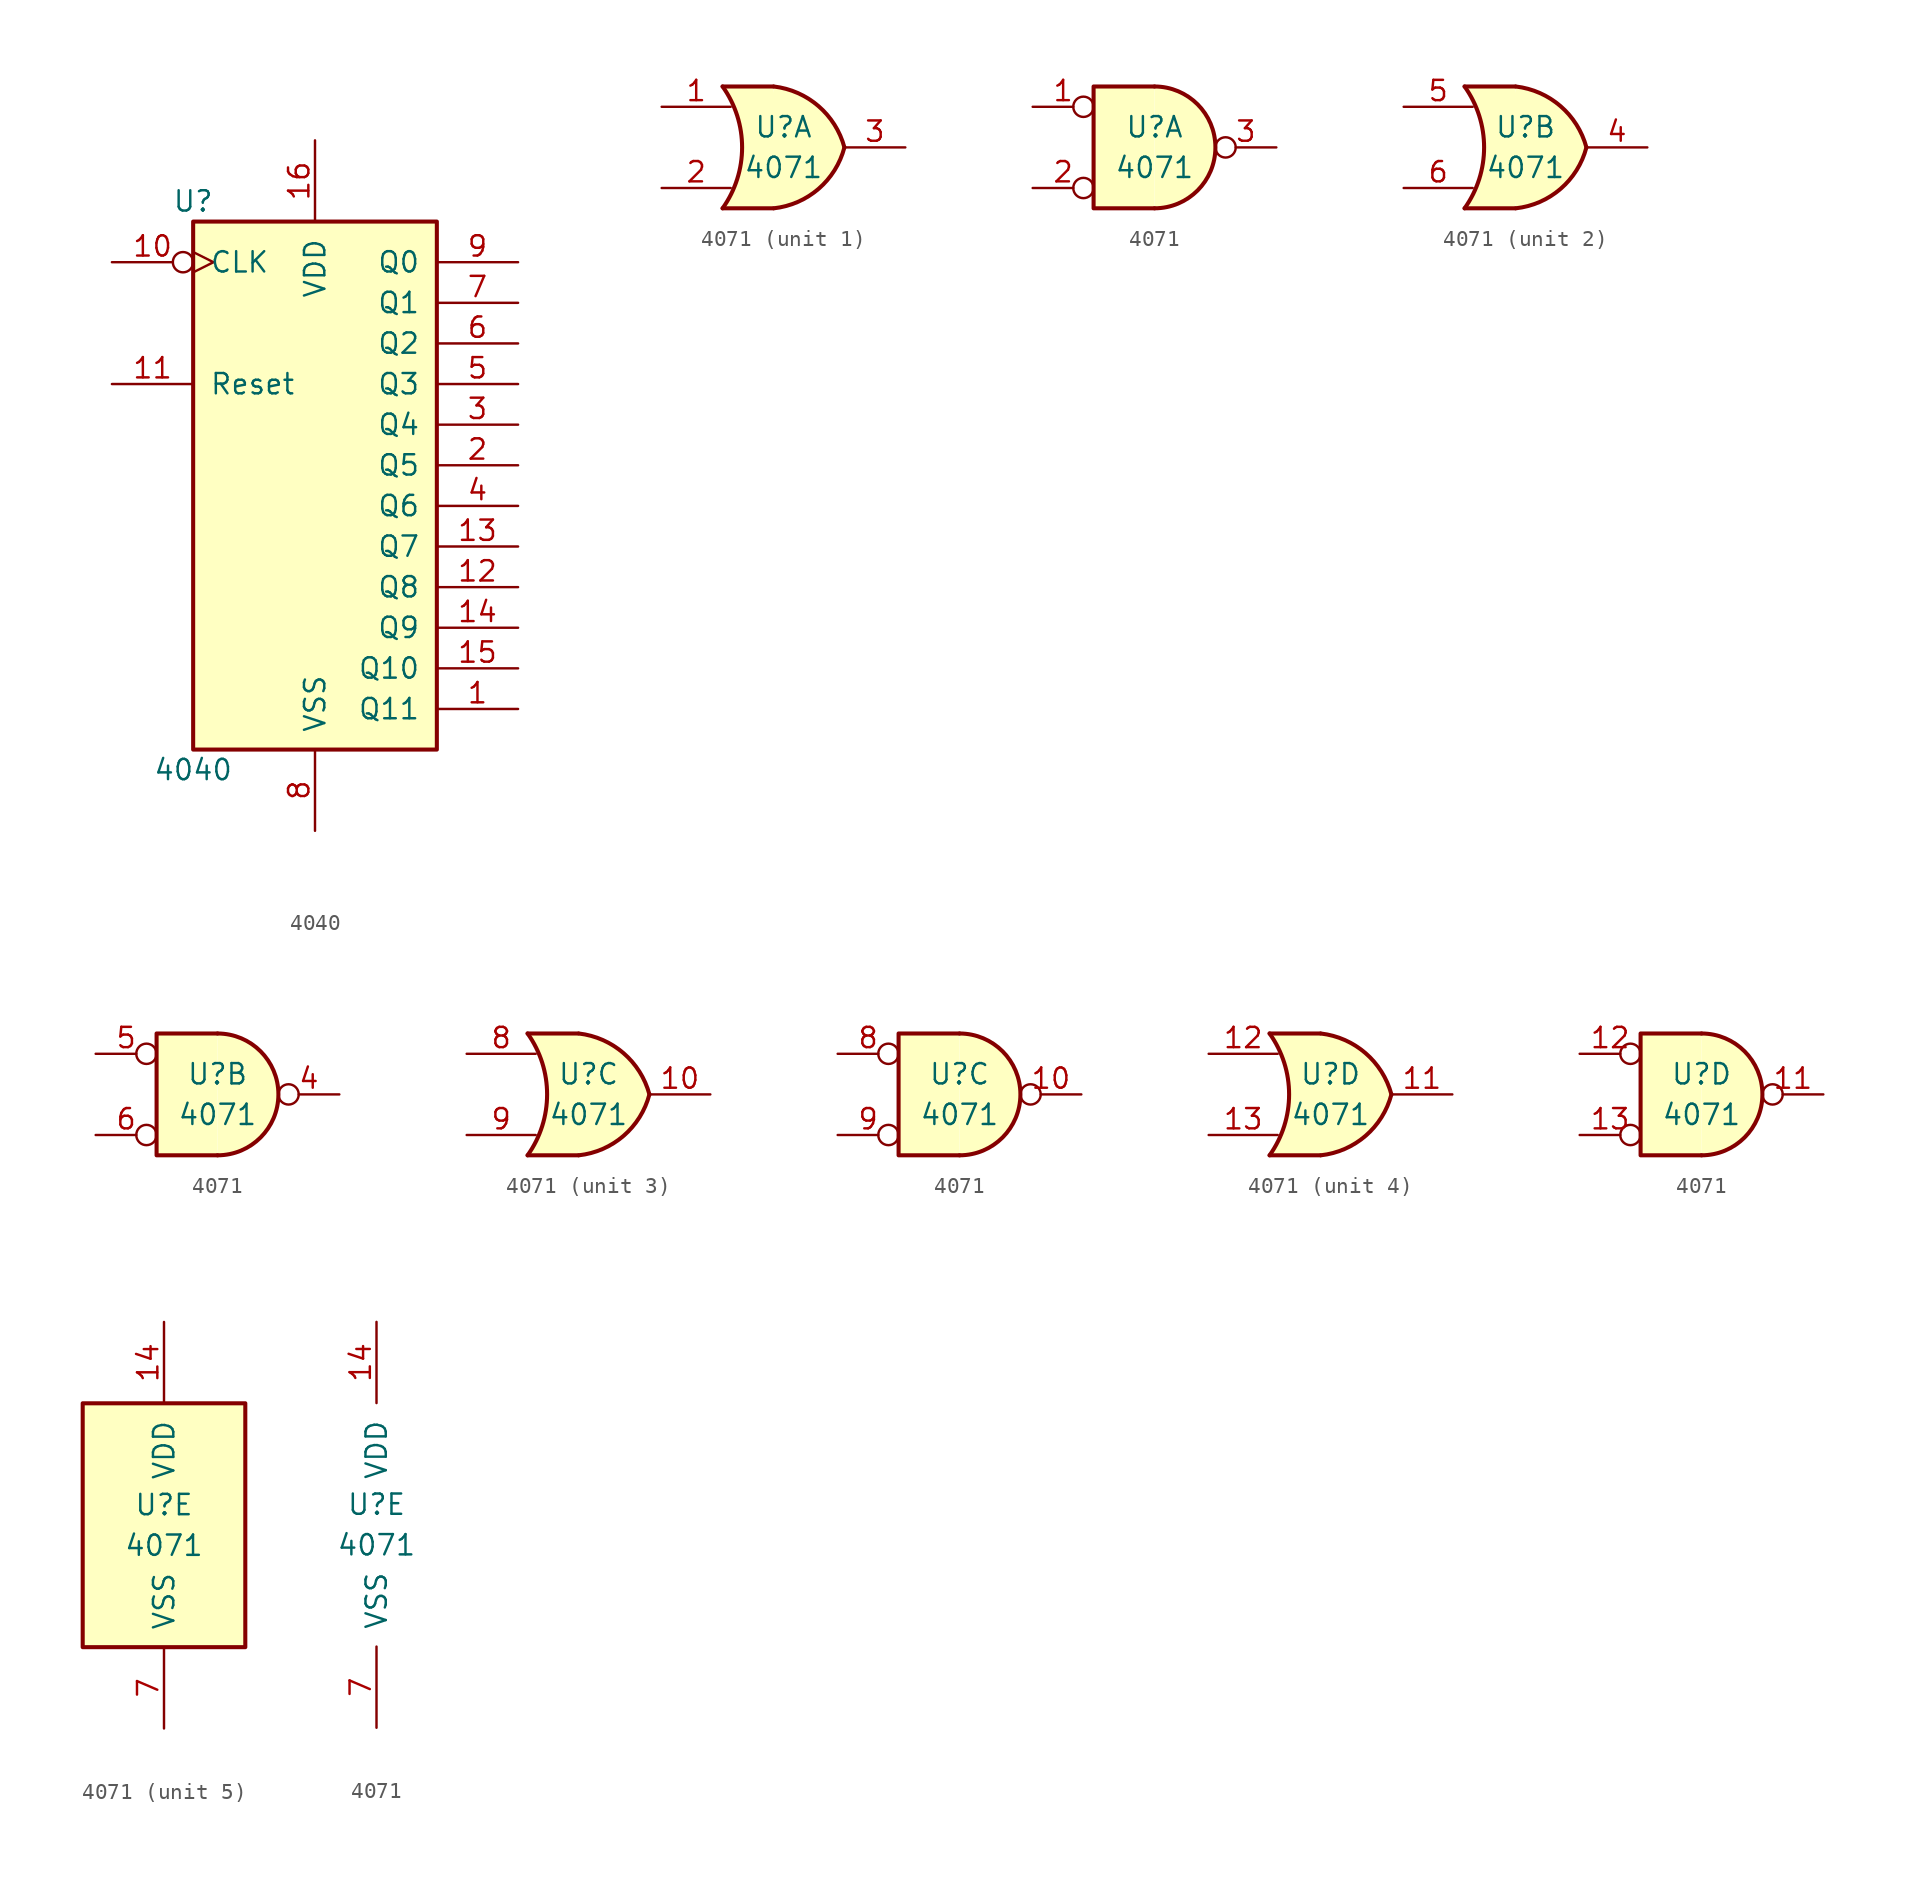
<source format=kicad_sym>
(kicad_symbol_lib
  (version 20201005)
  (generator kicad_symbol_editor)
  (symbol "4040"
    (pin_names
      (offset 1.016))
    (property "Reference" "U"
      (at -7.62 16.51 0)
      (effects (font (size 1.27 1.27))))
    (property "Value" "4040"
      (at -7.62 -19.05 0)
      (effects (font (size 1.27 1.27))))
    (property "ki_locked" ""
      (at 0 0 0)
      (effects (font (size 1.27 1.27))))
    (symbol "4040_1_0"
      (pin output line (at 12.7 -15.24 180) (length 5.08) (name "Q11" (effects (font (size 1.27 1.27)))) (number "1" (effects (font (size 1.27 1.27)))))
      (pin input inverted_clock (at -12.7 12.7 0) (length 5.08) (name "CLK" (effects (font (size 1.27 1.27)))) (number "10" (effects (font (size 1.27 1.27)))))
      (pin input line (at -12.7 5.08 0) (length 5.08) (name "Reset" (effects (font (size 1.27 1.27)))) (number "11" (effects (font (size 1.27 1.27)))))
      (pin output line (at 12.7 -7.62 180) (length 5.08) (name "Q8" (effects (font (size 1.27 1.27)))) (number "12" (effects (font (size 1.27 1.27)))))
      (pin output line (at 12.7 -5.08 180) (length 5.08) (name "Q7" (effects (font (size 1.27 1.27)))) (number "13" (effects (font (size 1.27 1.27)))))
      (pin output line (at 12.7 -10.16 180) (length 5.08) (name "Q9" (effects (font (size 1.27 1.27)))) (number "14" (effects (font (size 1.27 1.27)))))
      (pin output line (at 12.7 -12.7 180) (length 5.08) (name "Q10" (effects (font (size 1.27 1.27)))) (number "15" (effects (font (size 1.27 1.27)))))
      (pin power_in line (at 0 20.32 270) (length 5.08) (name "VDD" (effects (font (size 1.27 1.27)))) (number "16" (effects (font (size 1.27 1.27)))))
      (pin output line (at 12.7 0 180) (length 5.08) (name "Q5" (effects (font (size 1.27 1.27)))) (number "2" (effects (font (size 1.27 1.27)))))
      (pin output line (at 12.7 2.54 180) (length 5.08) (name "Q4" (effects (font (size 1.27 1.27)))) (number "3" (effects (font (size 1.27 1.27)))))
      (pin output line (at 12.7 -2.54 180) (length 5.08) (name "Q6" (effects (font (size 1.27 1.27)))) (number "4" (effects (font (size 1.27 1.27)))))
      (pin output line (at 12.7 5.08 180) (length 5.08) (name "Q3" (effects (font (size 1.27 1.27)))) (number "5" (effects (font (size 1.27 1.27)))))
      (pin output line (at 12.7 7.62 180) (length 5.08) (name "Q2" (effects (font (size 1.27 1.27)))) (number "6" (effects (font (size 1.27 1.27)))))
      (pin output line (at 12.7 10.16 180) (length 5.08) (name "Q1" (effects (font (size 1.27 1.27)))) (number "7" (effects (font (size 1.27 1.27)))))
      (pin power_in line (at 0 -22.86 90) (length 5.08) (name "VSS" (effects (font (size 1.27 1.27)))) (number "8" (effects (font (size 1.27 1.27)))))
      (pin output line (at 12.7 12.7 180) (length 5.08) (name "Q0" (effects (font (size 1.27 1.27)))) (number "9" (effects (font (size 1.27 1.27))))))
    (symbol "4040_1_1"
      (rectangle (start -7.62 15.24) (end 7.62 -17.78) (stroke (width 0.254)) (fill (type background)))))
  (symbol "4071"
    (pin_names
      (offset 1.016))
    (property "Reference" "U"
      (at 0 1.27 0)
      (effects (font (size 1.27 1.27))))
    (property "Value" "4071"
      (at 0 -1.27 0)
      (effects (font (size 1.27 1.27))))
    (property "ki_locked" ""
      (at 0 0 0)
      (effects (font (size 1.27 1.27))))
    (symbol "4071_1_1"
      (arc (start -3.81 3.81) (end -3.81 -3.81) (radius (at -9.144 0) (length 6.5532) (angles 35.4 -35.4)) (stroke (width 0.254)) (fill (type none)))
      (arc (start 3.81 0) (end -0.6096 3.81) (radius (at -1.1938 -1.3208) (length 5.1816) (angles 15 83.7)) (stroke (width 0.254)) (fill (type background)))
      (arc (start 3.81 0) (end -0.6096 -3.81) (radius (at -1.1938 1.3208) (length 5.1816) (angles -15 -83.7)) (stroke (width 0.254)) (fill (type background)))
      (polyline (pts (xy -3.81 -3.81) (xy -0.635 -3.81)) (stroke (width 0.254)) (fill (type background)))
      (polyline (pts (xy -3.81 3.81) (xy -0.635 3.81)) (stroke (width 0.254)) (fill (type background)))
      (polyline (pts (xy -0.635 3.81) (xy -3.81 3.81) (xy -3.81 3.81) (xy -3.556 3.404) (xy -3.023 2.261) (xy -2.692 1.041) (xy -2.616 -0.254) (xy -2.769 -1.499) (xy -3.175 -2.718) (xy -3.81 -3.81) (xy -3.81 -3.81) (xy -0.635 -3.81)) (stroke (width -25.4)) (fill (type background)))
      (pin input line (at -7.62 2.54 0) (length 4.318) (name "~" (effects (font (size 1.27 1.27)))) (number "1" (effects (font (size 1.27 1.27)))))
      (pin input line (at -7.62 -2.54 0) (length 4.318) (name "~" (effects (font (size 1.27 1.27)))) (number "2" (effects (font (size 1.27 1.27)))))
      (pin output line (at 7.62 0 180) (length 3.81) (name "~" (effects (font (size 1.27 1.27)))) (number "3" (effects (font (size 1.27 1.27))))))
    (symbol "4071_1_2"
      (arc (start 0 -3.81) (end 0 3.81) (radius (at 0 0) (length 3.81) (angles -89.9 89.9)) (stroke (width 0.254)) (fill (type background)))
      (polyline (pts (xy 0 3.81) (xy -3.81 3.81) (xy -3.81 -3.81) (xy 0 -3.81)) (stroke (width 0.254)) (fill (type background)))
      (pin input inverted (at -7.62 2.54 0) (length 3.81) (name "~" (effects (font (size 1.27 1.27)))) (number "1" (effects (font (size 1.27 1.27)))))
      (pin input inverted (at -7.62 -2.54 0) (length 3.81) (name "~" (effects (font (size 1.27 1.27)))) (number "2" (effects (font (size 1.27 1.27)))))
      (pin output inverted (at 7.62 0 180) (length 3.81) (name "~" (effects (font (size 1.27 1.27)))) (number "3" (effects (font (size 1.27 1.27))))))
    (symbol "4071_2_1"
      (arc (start -3.81 3.81) (end -3.81 -3.81) (radius (at -9.144 0) (length 6.5532) (angles 35.4 -35.4)) (stroke (width 0.254)) (fill (type none)))
      (arc (start 3.81 0) (end -0.6096 3.81) (radius (at -1.1938 -1.3208) (length 5.1816) (angles 15 83.7)) (stroke (width 0.254)) (fill (type background)))
      (arc (start 3.81 0) (end -0.6096 -3.81) (radius (at -1.1938 1.3208) (length 5.1816) (angles -15 -83.7)) (stroke (width 0.254)) (fill (type background)))
      (polyline (pts (xy -3.81 -3.81) (xy -0.635 -3.81)) (stroke (width 0.254)) (fill (type background)))
      (polyline (pts (xy -3.81 3.81) (xy -0.635 3.81)) (stroke (width 0.254)) (fill (type background)))
      (polyline (pts (xy -0.635 3.81) (xy -3.81 3.81) (xy -3.81 3.81) (xy -3.556 3.404) (xy -3.023 2.261) (xy -2.692 1.041) (xy -2.616 -0.254) (xy -2.769 -1.499) (xy -3.175 -2.718) (xy -3.81 -3.81) (xy -3.81 -3.81) (xy -0.635 -3.81)) (stroke (width -25.4)) (fill (type background)))
      (pin output line (at 7.62 0 180) (length 3.81) (name "~" (effects (font (size 1.27 1.27)))) (number "4" (effects (font (size 1.27 1.27)))))
      (pin input line (at -7.62 2.54 0) (length 4.318) (name "~" (effects (font (size 1.27 1.27)))) (number "5" (effects (font (size 1.27 1.27)))))
      (pin input line (at -7.62 -2.54 0) (length 4.318) (name "~" (effects (font (size 1.27 1.27)))) (number "6" (effects (font (size 1.27 1.27))))))
    (symbol "4071_2_2"
      (arc (start 0 -3.81) (end 0 3.81) (radius (at 0 0) (length 3.81) (angles -89.9 89.9)) (stroke (width 0.254)) (fill (type background)))
      (polyline (pts (xy 0 3.81) (xy -3.81 3.81) (xy -3.81 -3.81) (xy 0 -3.81)) (stroke (width 0.254)) (fill (type background)))
      (pin output inverted (at 7.62 0 180) (length 3.81) (name "~" (effects (font (size 1.27 1.27)))) (number "4" (effects (font (size 1.27 1.27)))))
      (pin input inverted (at -7.62 2.54 0) (length 3.81) (name "~" (effects (font (size 1.27 1.27)))) (number "5" (effects (font (size 1.27 1.27)))))
      (pin input inverted (at -7.62 -2.54 0) (length 3.81) (name "~" (effects (font (size 1.27 1.27)))) (number "6" (effects (font (size 1.27 1.27))))))
    (symbol "4071_3_1"
      (arc (start -3.81 3.81) (end -3.81 -3.81) (radius (at -9.144 0) (length 6.5532) (angles 35.4 -35.4)) (stroke (width 0.254)) (fill (type none)))
      (arc (start 3.81 0) (end -0.6096 3.81) (radius (at -1.1938 -1.3208) (length 5.1816) (angles 15 83.7)) (stroke (width 0.254)) (fill (type background)))
      (arc (start 3.81 0) (end -0.6096 -3.81) (radius (at -1.1938 1.3208) (length 5.1816) (angles -15 -83.7)) (stroke (width 0.254)) (fill (type background)))
      (polyline (pts (xy -3.81 -3.81) (xy -0.635 -3.81)) (stroke (width 0.254)) (fill (type background)))
      (polyline (pts (xy -3.81 3.81) (xy -0.635 3.81)) (stroke (width 0.254)) (fill (type background)))
      (polyline (pts (xy -0.635 3.81) (xy -3.81 3.81) (xy -3.81 3.81) (xy -3.556 3.404) (xy -3.023 2.261) (xy -2.692 1.041) (xy -2.616 -0.254) (xy -2.769 -1.499) (xy -3.175 -2.718) (xy -3.81 -3.81) (xy -3.81 -3.81) (xy -0.635 -3.81)) (stroke (width -25.4)) (fill (type background)))
      (pin output line (at 7.62 0 180) (length 3.81) (name "~" (effects (font (size 1.27 1.27)))) (number "10" (effects (font (size 1.27 1.27)))))
      (pin input line (at -7.62 2.54 0) (length 4.318) (name "~" (effects (font (size 1.27 1.27)))) (number "8" (effects (font (size 1.27 1.27)))))
      (pin input line (at -7.62 -2.54 0) (length 4.318) (name "~" (effects (font (size 1.27 1.27)))) (number "9" (effects (font (size 1.27 1.27))))))
    (symbol "4071_3_2"
      (arc (start 0 -3.81) (end 0 3.81) (radius (at 0 0) (length 3.81) (angles -89.9 89.9)) (stroke (width 0.254)) (fill (type background)))
      (polyline (pts (xy 0 3.81) (xy -3.81 3.81) (xy -3.81 -3.81) (xy 0 -3.81)) (stroke (width 0.254)) (fill (type background)))
      (pin output inverted (at 7.62 0 180) (length 3.81) (name "~" (effects (font (size 1.27 1.27)))) (number "10" (effects (font (size 1.27 1.27)))))
      (pin input inverted (at -7.62 2.54 0) (length 3.81) (name "~" (effects (font (size 1.27 1.27)))) (number "8" (effects (font (size 1.27 1.27)))))
      (pin input inverted (at -7.62 -2.54 0) (length 3.81) (name "~" (effects (font (size 1.27 1.27)))) (number "9" (effects (font (size 1.27 1.27))))))
    (symbol "4071_4_1"
      (arc (start -3.81 3.81) (end -3.81 -3.81) (radius (at -9.144 0) (length 6.5532) (angles 35.4 -35.4)) (stroke (width 0.254)) (fill (type none)))
      (arc (start 3.81 0) (end -0.6096 3.81) (radius (at -1.1938 -1.3208) (length 5.1816) (angles 15 83.7)) (stroke (width 0.254)) (fill (type background)))
      (arc (start 3.81 0) (end -0.6096 -3.81) (radius (at -1.1938 1.3208) (length 5.1816) (angles -15 -83.7)) (stroke (width 0.254)) (fill (type background)))
      (polyline (pts (xy -3.81 -3.81) (xy -0.635 -3.81)) (stroke (width 0.254)) (fill (type background)))
      (polyline (pts (xy -3.81 3.81) (xy -0.635 3.81)) (stroke (width 0.254)) (fill (type background)))
      (polyline (pts (xy -0.635 3.81) (xy -3.81 3.81) (xy -3.81 3.81) (xy -3.556 3.404) (xy -3.023 2.261) (xy -2.692 1.041) (xy -2.616 -0.254) (xy -2.769 -1.499) (xy -3.175 -2.718) (xy -3.81 -3.81) (xy -3.81 -3.81) (xy -0.635 -3.81)) (stroke (width -25.4)) (fill (type background)))
      (pin output line (at 7.62 0 180) (length 3.81) (name "~" (effects (font (size 1.27 1.27)))) (number "11" (effects (font (size 1.27 1.27)))))
      (pin input line (at -7.62 2.54 0) (length 4.318) (name "~" (effects (font (size 1.27 1.27)))) (number "12" (effects (font (size 1.27 1.27)))))
      (pin input line (at -7.62 -2.54 0) (length 4.318) (name "~" (effects (font (size 1.27 1.27)))) (number "13" (effects (font (size 1.27 1.27))))))
    (symbol "4071_4_2"
      (arc (start 0 -3.81) (end 0 3.81) (radius (at 0 0) (length 3.81) (angles -89.9 89.9)) (stroke (width 0.254)) (fill (type background)))
      (polyline (pts (xy 0 3.81) (xy -3.81 3.81) (xy -3.81 -3.81) (xy 0 -3.81)) (stroke (width 0.254)) (fill (type background)))
      (pin output inverted (at 7.62 0 180) (length 3.81) (name "~" (effects (font (size 1.27 1.27)))) (number "11" (effects (font (size 1.27 1.27)))))
      (pin input inverted (at -7.62 2.54 0) (length 3.81) (name "~" (effects (font (size 1.27 1.27)))) (number "12" (effects (font (size 1.27 1.27)))))
      (pin input inverted (at -7.62 -2.54 0) (length 3.81) (name "~" (effects (font (size 1.27 1.27)))) (number "13" (effects (font (size 1.27 1.27))))))
    (symbol "4071_5_0"
      (pin power_in line (at 0 12.7 270) (length 5.08) (name "VDD" (effects (font (size 1.27 1.27)))) (number "14" (effects (font (size 1.27 1.27)))))
      (pin power_in line (at 0 -12.7 90) (length 5.08) (name "VSS" (effects (font (size 1.27 1.27)))) (number "7" (effects (font (size 1.27 1.27))))))
    (symbol "4071_5_1"
      (rectangle (start -5.08 7.62) (end 5.08 -7.62) (stroke (width 0.254)) (fill (type background))))))
</source>
